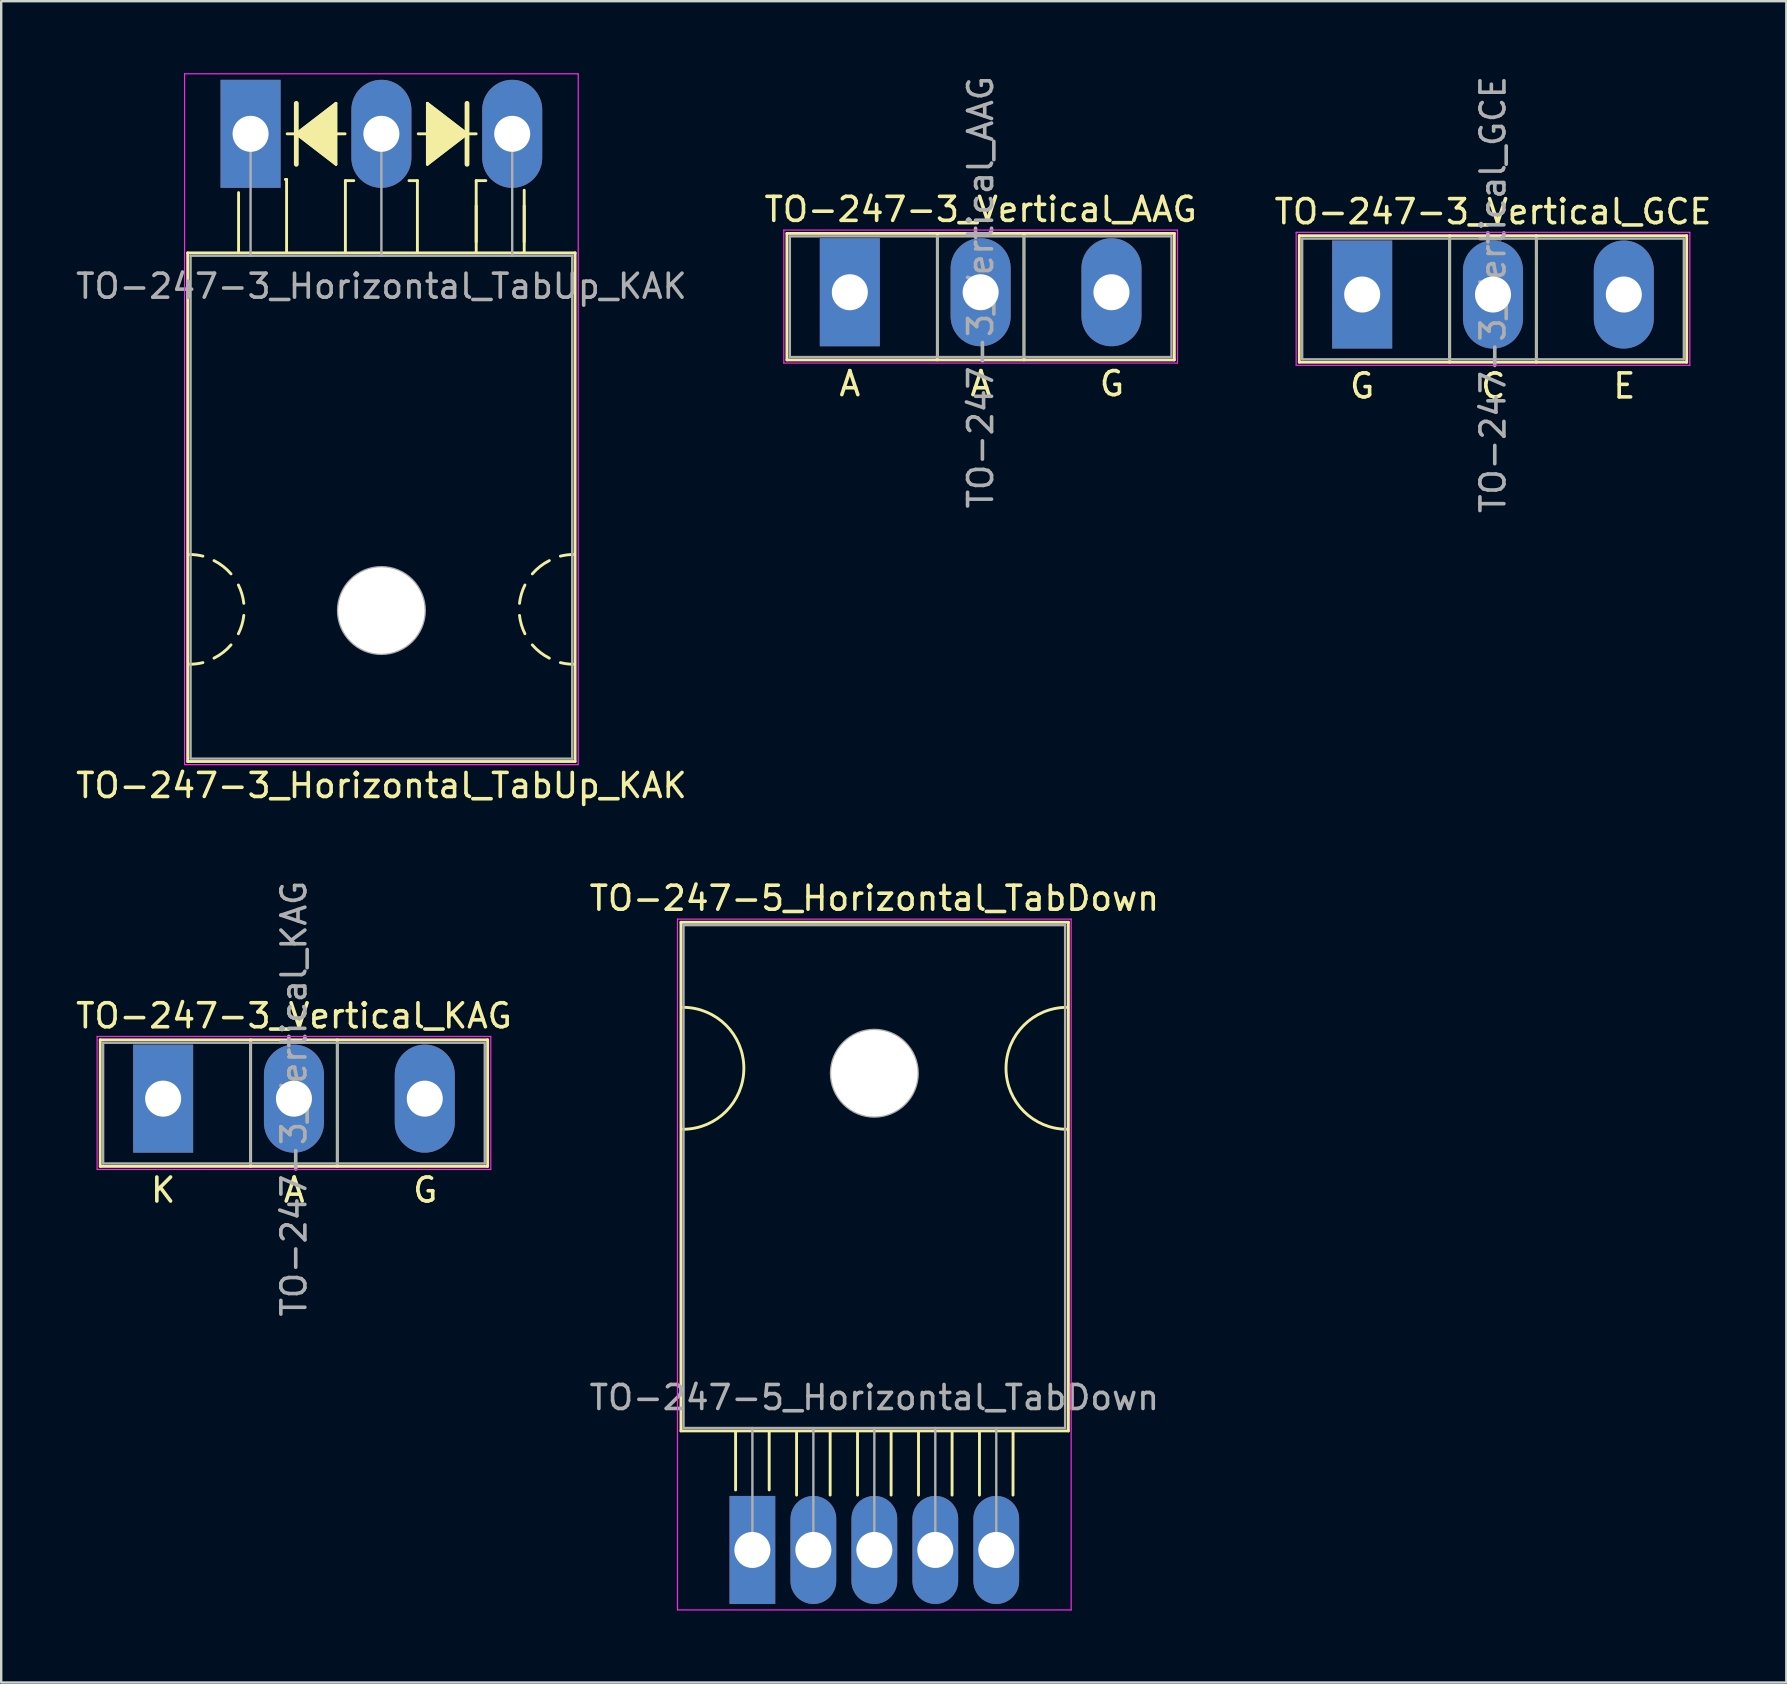
<source format=kicad_pcb>
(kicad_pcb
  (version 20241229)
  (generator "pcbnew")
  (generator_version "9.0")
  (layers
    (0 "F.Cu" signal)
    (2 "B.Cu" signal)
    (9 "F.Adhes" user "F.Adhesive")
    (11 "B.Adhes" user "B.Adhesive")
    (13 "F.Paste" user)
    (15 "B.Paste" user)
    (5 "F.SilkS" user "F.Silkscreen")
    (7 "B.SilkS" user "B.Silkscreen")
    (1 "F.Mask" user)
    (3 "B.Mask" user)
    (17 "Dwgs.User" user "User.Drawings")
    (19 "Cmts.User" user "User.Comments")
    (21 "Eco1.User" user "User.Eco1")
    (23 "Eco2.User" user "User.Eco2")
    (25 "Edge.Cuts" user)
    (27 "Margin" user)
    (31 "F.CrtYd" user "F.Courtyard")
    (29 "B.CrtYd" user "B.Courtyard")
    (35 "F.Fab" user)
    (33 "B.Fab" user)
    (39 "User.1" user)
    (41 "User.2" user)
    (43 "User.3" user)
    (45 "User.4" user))
  (footprint "TO-247-5_Horizontal_TabDown"
    (layer "F.Cu")
    (at 28.295 61.522)
    (property "Reference" "TO-247-5_Horizontal_TabDown" (at 5.08 -27.15 0) (layer "F.SilkS") (effects (font (size 1 1) (thickness 0.15))))
    (attr through_hole)
    (fp_line (start -2.976 -26.15) (end -2.976 -4.96) (stroke (width 0.12) (type solid)) (layer "F.SilkS"))
    (fp_line (start -2.976 -26.15) (end 13.164 -26.15) (stroke (width 0.12) (type solid)) (layer "F.SilkS"))
    (fp_line (start -2.976 -4.96) (end 13.164 -4.96) (stroke (width 0.12) (type solid)) (layer "F.SilkS"))
    (fp_line (start -0.7 -4.9) (end -0.7 -2.5) (stroke (width 0.12) (type solid)) (layer "F.SilkS"))
    (fp_line (start 0.7 -2.5) (end 0.7 -4.9) (stroke (width 0.12) (type solid)) (layer "F.SilkS"))
    (fp_line (start 1.84 -4.9) (end 1.84 -2.286) (stroke (width 0.12) (type solid)) (layer "F.SilkS"))
    (fp_line (start 3.24 -2.286) (end 3.24 -4.9) (stroke (width 0.12) (type solid)) (layer "F.SilkS"))
    (fp_line (start 4.38 -4.9) (end 4.38 -2.286) (stroke (width 0.12) (type solid)) (layer "F.SilkS"))
    (fp_line (start 5.779 -2.286) (end 5.78 -4.9) (stroke (width 0.12) (type solid)) (layer "F.SilkS"))
    (fp_line (start 6.92 -4.9) (end 6.92 -2.286) (stroke (width 0.12) (type solid)) (layer "F.SilkS"))
    (fp_line (start 8.319 -2.286) (end 8.32 -4.9) (stroke (width 0.12) (type solid)) (layer "F.SilkS"))
    (fp_line (start 9.46 -4.9) (end 9.46 -2.286) (stroke (width 0.12) (type solid)) (layer "F.SilkS"))
    (fp_line (start 10.858 -2.286) (end 10.86 -4.9) (stroke (width 0.12) (type solid)) (layer "F.SilkS"))
    (fp_line (start 13.164 -26.15) (end 13.164 -4.96) (stroke (width 0.12) (type solid)) (layer "F.SilkS"))
    (fp_arc (start -2.8956 -22.606) (mid -0.3556 -20.066) (end -2.8956 -17.526) (stroke (width 0.12) (type solid)) (layer "F.SilkS"))
    (fp_arc (start 13.1064 -17.526) (mid 10.5664 -20.066) (end 13.1064 -22.606) (stroke (width 0.12) (type solid)) (layer "F.SilkS"))
    (fp_line (start -3.12 -26.28) (end -3.12 2.5) (stroke (width 0.05) (type solid)) (layer "F.CrtYd"))
    (fp_line (start -3.12 2.5) (end 13.28 2.5) (stroke (width 0.05) (type solid)) (layer "F.CrtYd"))
    (fp_line (start 13.28 -26.28) (end -3.12 -26.28) (stroke (width 0.05) (type solid)) (layer "F.CrtYd"))
    (fp_line (start 13.28 2.5) (end 13.28 -26.28) (stroke (width 0.05) (type solid)) (layer "F.CrtYd"))
    (fp_line (start -2.87 -26.03) (end 13.03 -26.03) (stroke (width 0.1) (type solid)) (layer "F.Fab"))
    (fp_line (start -2.87 -5.08) (end -2.87 -26.03) (stroke (width 0.1) (type solid)) (layer "F.Fab"))
    (fp_line (start 0 -5.08) (end 0 0) (stroke (width 0.1) (type solid)) (layer "F.Fab"))
    (fp_line (start 2.54 -5.08) (end 2.54 0) (stroke (width 0.1) (type solid)) (layer "F.Fab"))
    (fp_line (start 5.08 -5.08) (end 5.08 0) (stroke (width 0.1) (type solid)) (layer "F.Fab"))
    (fp_line (start 7.62 -5.08) (end 7.62 0) (stroke (width 0.1) (type solid)) (layer "F.Fab"))
    (fp_line (start 10.16 -5.08) (end 10.16 0) (stroke (width 0.1) (type solid)) (layer "F.Fab"))
    (fp_line (start 13.03 -26.03) (end 13.03 -5.08) (stroke (width 0.1) (type solid)) (layer "F.Fab"))
    (fp_line (start 13.03 -5.08) (end -2.87 -5.08) (stroke (width 0.1) (type solid)) (layer "F.Fab"))
    (fp_circle (center 5.08 -19.86) (end 6.885 -19.86) (stroke (width 0.1) (type solid)) (fill no) (layer "F.Fab"))
    (fp_text user "${REFERENCE}" (at 5.08 -6.35 0) (layer "F.Fab") (effects (font (size 1 1) (thickness 0.15))))
    (pad "" np_thru_hole oval (at 5.08 -19.86) (size 3.6 3.6) (drill 3.6) (layers "*.Cu" "*.Mask"))
    (pad "1" thru_hole rect (at 0 0) (size 1.905 4.5) (drill 1.5) (layers "*.Cu" "*.Mask"))
    (pad "2" thru_hole oval (at 2.54 0) (size 1.905 4.5) (drill 1.5) (layers "*.Cu" "*.Mask"))
    (pad "3" thru_hole oval (at 5.08 0) (size 1.905 4.5) (drill 1.5) (layers "*.Cu" "*.Mask"))
    (pad "4" thru_hole oval (at 7.62 0) (size 1.905 4.5) (drill 1.5) (layers "*.Cu" "*.Mask"))
    (pad "5" thru_hole oval (at 10.16 0) (size 1.905 4.5) (drill 1.5) (layers "*.Cu" "*.Mask")))
  (footprint "TO-247-3_Vertical_AAG"
    (layer "F.Cu")
    (at 32.354 9.125)
    (property "Reference" "TO-247-3_Vertical_AAG" (at 5.45 -3.45 0) (layer "F.SilkS") (effects (font (size 1 1) (thickness 0.15))))
    (fp_line (start -2.62 -2.451) (end -2.62 2.82) (stroke (width 0.12) (type solid)) (layer "F.SilkS"))
    (fp_line (start -2.62 -2.451) (end 13.52 -2.451) (stroke (width 0.12) (type solid)) (layer "F.SilkS"))
    (fp_line (start -2.62 2.82) (end 13.52 2.82) (stroke (width 0.12) (type solid)) (layer "F.SilkS"))
    (fp_line (start 3.646 -2.451) (end 3.646 2.82) (stroke (width 0.12) (type solid)) (layer "F.SilkS"))
    (fp_line (start 7.255 -2.451) (end 7.255 2.82) (stroke (width 0.12) (type solid)) (layer "F.SilkS"))
    (fp_line (start 13.52 -2.451) (end 13.52 2.82) (stroke (width 0.12) (type solid)) (layer "F.SilkS"))
    (fp_line (start -2.75 -2.59) (end -2.75 2.95) (stroke (width 0.05) (type solid)) (layer "F.CrtYd"))
    (fp_line (start -2.75 2.95) (end 13.65 2.95) (stroke (width 0.05) (type solid)) (layer "F.CrtYd"))
    (fp_line (start 13.65 -2.59) (end -2.75 -2.59) (stroke (width 0.05) (type solid)) (layer "F.CrtYd"))
    (fp_line (start 13.65 2.95) (end 13.65 -2.59) (stroke (width 0.05) (type solid)) (layer "F.CrtYd"))
    (fp_line (start -2.5 -2.33) (end -2.5 2.7) (stroke (width 0.1) (type solid)) (layer "F.Fab"))
    (fp_line (start -2.5 2.7) (end 13.4 2.7) (stroke (width 0.1) (type solid)) (layer "F.Fab"))
    (fp_line (start 3.645 -2.33) (end 3.645 2.7) (stroke (width 0.1) (type solid)) (layer "F.Fab"))
    (fp_line (start 7.255 -2.33) (end 7.255 2.7) (stroke (width 0.1) (type solid)) (layer "F.Fab"))
    (fp_line (start 13.4 -2.33) (end -2.5 -2.33) (stroke (width 0.1) (type solid)) (layer "F.Fab"))
    (fp_line (start 13.4 2.7) (end 13.4 -2.33) (stroke (width 0.1) (type solid)) (layer "F.Fab"))
    (fp_text user "A" (at 5.461 3.81 0) (unlocked yes) (layer "F.SilkS") (effects (font (size 1 1) (thickness 0.15))))
    (fp_text user "A" (at 0 3.81 0) (unlocked yes) (layer "F.SilkS") (effects (font (size 1 1) (thickness 0.15))))
    (fp_text user "G" (at 10.922 3.81 0) (unlocked yes) (layer "F.SilkS") (effects (font (size 1 1) (thickness 0.15))))
    (fp_text user "${REFERENCE}" (at 5.45 0 90) (layer "F.Fab") (effects (font (size 1 1) (thickness 0.15))))
    (pad "1" thru_hole rect (at 0 0) (size 2.5 4.5) (drill 1.5) (layers "*.Cu" "*.Mask"))
    (pad "2" thru_hole oval (at 5.45 0) (size 2.5 4.5) (drill 1.5) (layers "*.Cu" "*.Mask"))
    (pad "3" thru_hole oval (at 10.9 0) (size 2.5 4.5) (drill 1.5) (layers "*.Cu" "*.Mask")))
  (footprint "TO-247-3_Vertical_KAG"
    (layer "F.Cu")
    (at 3.746 42.72)
    (property "Reference" "TO-247-3_Vertical_KAG" (at 5.45 -3.45 0) (layer "F.SilkS") (effects (font (size 1 1) (thickness 0.15))))
    (fp_line (start -2.62 -2.451) (end -2.62 2.82) (stroke (width 0.12) (type solid)) (layer "F.SilkS"))
    (fp_line (start -2.62 -2.451) (end 13.52 -2.451) (stroke (width 0.12) (type solid)) (layer "F.SilkS"))
    (fp_line (start -2.62 2.82) (end 13.52 2.82) (stroke (width 0.12) (type solid)) (layer "F.SilkS"))
    (fp_line (start 3.646 -2.451) (end 3.646 2.82) (stroke (width 0.12) (type solid)) (layer "F.SilkS"))
    (fp_line (start 7.255 -2.451) (end 7.255 2.82) (stroke (width 0.12) (type solid)) (layer "F.SilkS"))
    (fp_line (start 13.52 -2.451) (end 13.52 2.82) (stroke (width 0.12) (type solid)) (layer "F.SilkS"))
    (fp_line (start -2.75 -2.59) (end -2.75 2.95) (stroke (width 0.05) (type solid)) (layer "F.CrtYd"))
    (fp_line (start -2.75 2.95) (end 13.65 2.95) (stroke (width 0.05) (type solid)) (layer "F.CrtYd"))
    (fp_line (start 13.65 -2.59) (end -2.75 -2.59) (stroke (width 0.05) (type solid)) (layer "F.CrtYd"))
    (fp_line (start 13.65 2.95) (end 13.65 -2.59) (stroke (width 0.05) (type solid)) (layer "F.CrtYd"))
    (fp_line (start -2.5 -2.33) (end -2.5 2.7) (stroke (width 0.1) (type solid)) (layer "F.Fab"))
    (fp_line (start -2.5 2.7) (end 13.4 2.7) (stroke (width 0.1) (type solid)) (layer "F.Fab"))
    (fp_line (start 3.645 -2.33) (end 3.645 2.7) (stroke (width 0.1) (type solid)) (layer "F.Fab"))
    (fp_line (start 7.255 -2.33) (end 7.255 2.7) (stroke (width 0.1) (type solid)) (layer "F.Fab"))
    (fp_line (start 13.4 -2.33) (end -2.5 -2.33) (stroke (width 0.1) (type solid)) (layer "F.Fab"))
    (fp_line (start 13.4 2.7) (end 13.4 -2.33) (stroke (width 0.1) (type solid)) (layer "F.Fab"))
    (fp_text user "G" (at 10.922 3.81 0) (unlocked yes) (layer "F.SilkS") (effects (font (size 1 1) (thickness 0.15))))
    (fp_text user "A" (at 5.461 3.81 0) (unlocked yes) (layer "F.SilkS") (effects (font (size 1 1) (thickness 0.15))))
    (fp_text user "K" (at 0 3.81 0) (unlocked yes) (layer "F.SilkS") (effects (font (size 1 1) (thickness 0.15))))
    (fp_text user "${REFERENCE}" (at 5.45 0 90) (layer "F.Fab") (effects (font (size 1 1) (thickness 0.15))))
    (pad "1" thru_hole rect (at 0 0) (size 2.5 4.5) (drill 1.5) (layers "*.Cu" "*.Mask"))
    (pad "2" thru_hole oval (at 5.45 0) (size 2.5 4.5) (drill 1.5) (layers "*.Cu" "*.Mask"))
    (pad "3" thru_hole oval (at 10.9 0) (size 2.5 4.5) (drill 1.5) (layers "*.Cu" "*.Mask")))
  (footprint "TO-247-3_Horizontal_TabUp_KAK"
    (layer "F.Cu")
    (at 7.389 2.525)
    (property "Reference" "TO-247-3_Horizontal_TabUp_KAK" (at 5.45 27.15 0) (layer "F.SilkS") (effects (font (size 1 1) (thickness 0.15))))
    (attr through_hole)
    (fp_line (start -2.62 4.96) (end -2.62 26.15) (stroke (width 0.12) (type solid)) (layer "F.SilkS"))
    (fp_line (start -2.62 4.96) (end 13.52 4.96) (stroke (width 0.12) (type solid)) (layer "F.SilkS"))
    (fp_line (start -2.62 26.15) (end 13.52 26.15) (stroke (width 0.12) (type solid)) (layer "F.SilkS"))
    (fp_line (start -0.5 4.9) (end -0.5 2.45) (stroke (width 0.12) (type solid)) (layer "F.SilkS"))
    (fp_line (start 1.5 1.9) (end 1.45 1.9) (stroke (width 0.12) (type solid)) (layer "F.SilkS"))
    (fp_line (start 1.5 4.9) (end 1.5 1.9) (stroke (width 0.12) (type solid)) (layer "F.SilkS"))
    (fp_line (start 1.524 0) (end 1.905 0) (stroke (width 0.12) (type solid)) (layer "F.SilkS"))
    (fp_line (start 1.905 -1.27) (end 1.905 0) (stroke (width 0.2) (type solid)) (layer "F.SilkS"))
    (fp_line (start 1.905 0) (end 1.905 1.27) (stroke (width 0.2) (type solid)) (layer "F.SilkS"))
    (fp_line (start 1.905 0) (end 3.556 1.27) (stroke (width 0.12) (type solid)) (layer "F.SilkS"))
    (fp_line (start 3.556 -1.27) (end 1.905 0) (stroke (width 0.12) (type solid)) (layer "F.SilkS"))
    (fp_line (start 3.556 1.27) (end 3.556 -1.27) (stroke (width 0.12) (type solid)) (layer "F.SilkS"))
    (fp_line (start 3.937 0) (end 3.556 0) (stroke (width 0.12) (type solid)) (layer "F.SilkS"))
    (fp_line (start 3.95 1.95) (end 4.3 1.95) (stroke (width 0.12) (type solid)) (layer "F.SilkS"))
    (fp_line (start 3.95 4.95) (end 3.95 1.95) (stroke (width 0.12) (type solid)) (layer "F.SilkS"))
    (fp_line (start 6.95 1.95) (end 6.6 1.95) (stroke (width 0.12) (type solid)) (layer "F.SilkS"))
    (fp_line (start 6.95 4.95) (end 6.95 1.95) (stroke (width 0.12) (type solid)) (layer "F.SilkS"))
    (fp_line (start 6.985 0) (end 7.366 0) (stroke (width 0.12) (type solid)) (layer "F.SilkS"))
    (fp_line (start 7.366 -1.27) (end 7.366 1.27) (stroke (width 0.12) (type solid)) (layer "F.SilkS"))
    (fp_line (start 7.366 1.27) (end 9.017 0) (stroke (width 0.12) (type solid)) (layer "F.SilkS"))
    (fp_line (start 9.017 0) (end 7.366 -1.27) (stroke (width 0.12) (type solid)) (layer "F.SilkS"))
    (fp_line (start 9.017 0) (end 9.017 -1.27) (stroke (width 0.2) (type solid)) (layer "F.SilkS"))
    (fp_line (start 9.017 1.27) (end 9.017 0) (stroke (width 0.2) (type solid)) (layer "F.SilkS"))
    (fp_line (start 9.398 0) (end 9.017 0) (stroke (width 0.12) (type solid)) (layer "F.SilkS"))
    (fp_line (start 9.4 1.95) (end 9.8 1.95) (stroke (width 0.12) (type solid)) (layer "F.SilkS"))
    (fp_line (start 9.4 4.5) (end 9.4 3) (stroke (width 0.12) (type solid)) (layer "F.SilkS"))
    (fp_line (start 9.4 4.95) (end 9.4 1.95) (stroke (width 0.12) (type solid)) (layer "F.SilkS"))
    (fp_line (start 11.4 4.5) (end 11.4 3) (stroke (width 0.12) (type solid)) (layer "F.SilkS"))
    (fp_line (start 11.4 4.95) (end 11.4 2.35) (stroke (width 0.12) (type solid)) (layer "F.SilkS"))
    (fp_line (start 13.52 4.96) (end 13.52 26.15) (stroke (width 0.12) (type solid)) (layer "F.SilkS"))
    (fp_arc (start -2.54 17.526) (mid -2.260689 17.543128) (end -1.985564 17.594254) (stroke (width 0.12) (type solid)) (layer "F.SilkS"))
    (fp_arc (start -1.985564 22.029746) (mid -2.260689 22.080872) (end -2.54 22.098) (stroke (width 0.12) (type solid)) (layer "F.SilkS"))
    (fp_arc (start -1.524001 17.780001) (mid -1.14188 18.02132) (end -0.815088 18.333504) (stroke (width 0.12) (type solid)) (layer "F.SilkS"))
    (fp_arc (start -0.815087 21.290497) (mid -1.141879 21.60268) (end -1.524 21.844) (stroke (width 0.12) (type solid)) (layer "F.SilkS"))
    (fp_arc (start -0.508001 18.796001) (mid -0.361178 19.168563) (end -0.282051 19.561117) (stroke (width 0.12) (type solid)) (layer "F.SilkS"))
    (fp_arc (start -0.282051 20.062883) (mid -0.361178 20.455437) (end -0.508001 20.827999) (stroke (width 0.12) (type solid)) (layer "F.SilkS"))
    (fp_arc (start 11.204051 19.561117) (mid 11.283178 19.168563) (end 11.430001 18.796001) (stroke (width 0.12) (type solid)) (layer "F.SilkS"))
    (fp_arc (start 11.430001 20.827999) (mid 11.283178 20.455437) (end 11.204051 20.062883) (stroke (width 0.12) (type solid)) (layer "F.SilkS"))
    (fp_arc (start 11.737087 18.333503) (mid 12.063879 18.02132) (end 12.446 17.78) (stroke (width 0.12) (type solid)) (layer "F.SilkS"))
    (fp_arc (start 12.446001 21.843999) (mid 12.06388 21.60268) (end 11.737088 21.290496) (stroke (width 0.12) (type solid)) (layer "F.SilkS"))
    (fp_arc (start 12.907564 17.594254) (mid 13.182689 17.543128) (end 13.462 17.526) (stroke (width 0.12) (type solid)) (layer "F.SilkS"))
    (fp_arc (start 13.462 22.098) (mid 13.182689 22.080872) (end 12.907564 22.029746) (stroke (width 0.12) (type solid)) (layer "F.SilkS"))
    (fp_poly (pts (xy 3.556 1.27) (xy 1.905 0) (xy 3.556 -1.27)) (stroke (width 0.1) (type solid)) (fill yes) (layer "F.SilkS"))
    (fp_poly (pts (xy 9.017 0) (xy 7.366 1.27) (xy 7.366 -1.27)) (stroke (width 0.1) (type solid)) (fill yes) (layer "F.SilkS"))
    (fp_line (start -2.75 -2.5) (end -2.75 26.28) (stroke (width 0.05) (type solid)) (layer "F.CrtYd"))
    (fp_line (start -2.75 26.28) (end 13.65 26.28) (stroke (width 0.05) (type solid)) (layer "F.CrtYd"))
    (fp_line (start 13.65 -2.5) (end -2.75 -2.5) (stroke (width 0.05) (type solid)) (layer "F.CrtYd"))
    (fp_line (start 13.65 26.28) (end 13.65 -2.5) (stroke (width 0.05) (type solid)) (layer "F.CrtYd"))
    (fp_line (start -2.5 5.08) (end -2.5 26.03) (stroke (width 0.1) (type solid)) (layer "F.Fab"))
    (fp_line (start -2.5 26.03) (end 13.4 26.03) (stroke (width 0.1) (type solid)) (layer "F.Fab"))
    (fp_line (start 0 5.08) (end 0 0) (stroke (width 0.1) (type solid)) (layer "F.Fab"))
    (fp_line (start 5.45 5.08) (end 5.45 0) (stroke (width 0.1) (type solid)) (layer "F.Fab"))
    (fp_line (start 10.9 5.08) (end 10.9 0) (stroke (width 0.1) (type solid)) (layer "F.Fab"))
    (fp_line (start 13.4 5.08) (end -2.5 5.08) (stroke (width 0.1) (type solid)) (layer "F.Fab"))
    (fp_line (start 13.4 26.03) (end 13.4 5.08) (stroke (width 0.1) (type solid)) (layer "F.Fab"))
    (fp_circle (center 5.45 19.86) (end 7.255 19.86) (stroke (width 0.1) (type solid)) (fill no) (layer "F.Fab"))
    (fp_text user "${REFERENCE}" (at 5.45 6.35 0) (layer "F.Fab") (effects (font (size 1 1) (thickness 0.15))))
    (pad "" np_thru_hole oval (at 5.45 19.86) (size 3.6 3.6) (drill 3.6) (layers "*.Cu" "*.Mask"))
    (pad "1" thru_hole rect (at 0 0) (size 2.5 4.5) (drill 1.5) (layers "*.Cu" "*.Mask"))
    (pad "2" thru_hole oval (at 5.45 0) (size 2.5 4.5) (drill 1.5) (layers "*.Cu" "*.Mask"))
    (pad "3" thru_hole oval (at 10.9 0) (size 2.5 4.5) (drill 1.5) (layers "*.Cu" "*.Mask")))
  (footprint "TO-247-3_Vertical_GCE"
    (layer "F.Cu")
    (at 53.699 9.22)
    (property "Reference" "TO-247-3_Vertical_GCE" (at 5.45 -3.45 0) (layer "F.SilkS") (effects (font (size 1 1) (thickness 0.15))))
    (fp_line (start -2.62 -2.451) (end -2.62 2.82) (stroke (width 0.12) (type solid)) (layer "F.SilkS"))
    (fp_line (start -2.62 -2.451) (end 13.52 -2.451) (stroke (width 0.12) (type solid)) (layer "F.SilkS"))
    (fp_line (start -2.62 2.82) (end 13.52 2.82) (stroke (width 0.12) (type solid)) (layer "F.SilkS"))
    (fp_line (start 3.646 -2.451) (end 3.646 2.82) (stroke (width 0.12) (type solid)) (layer "F.SilkS"))
    (fp_line (start 7.255 -2.451) (end 7.255 2.82) (stroke (width 0.12) (type solid)) (layer "F.SilkS"))
    (fp_line (start 13.52 -2.451) (end 13.52 2.82) (stroke (width 0.12) (type solid)) (layer "F.SilkS"))
    (fp_line (start -2.75 -2.59) (end -2.75 2.95) (stroke (width 0.05) (type solid)) (layer "F.CrtYd"))
    (fp_line (start -2.75 2.95) (end 13.65 2.95) (stroke (width 0.05) (type solid)) (layer "F.CrtYd"))
    (fp_line (start 13.65 -2.59) (end -2.75 -2.59) (stroke (width 0.05) (type solid)) (layer "F.CrtYd"))
    (fp_line (start 13.65 2.95) (end 13.65 -2.59) (stroke (width 0.05) (type solid)) (layer "F.CrtYd"))
    (fp_line (start -2.5 -2.33) (end -2.5 2.7) (stroke (width 0.1) (type solid)) (layer "F.Fab"))
    (fp_line (start -2.5 2.7) (end 13.4 2.7) (stroke (width 0.1) (type solid)) (layer "F.Fab"))
    (fp_line (start 3.645 -2.33) (end 3.645 2.7) (stroke (width 0.1) (type solid)) (layer "F.Fab"))
    (fp_line (start 7.255 -2.33) (end 7.255 2.7) (stroke (width 0.1) (type solid)) (layer "F.Fab"))
    (fp_line (start 13.4 -2.33) (end -2.5 -2.33) (stroke (width 0.1) (type solid)) (layer "F.Fab"))
    (fp_line (start 13.4 2.7) (end 13.4 -2.33) (stroke (width 0.1) (type solid)) (layer "F.Fab"))
    (fp_text user "E" (at 10.922 3.81 0) (unlocked yes) (layer "F.SilkS") (effects (font (size 1 1) (thickness 0.15))))
    (fp_text user "C" (at 5.461 3.81 0) (unlocked yes) (layer "F.SilkS") (effects (font (size 1 1) (thickness 0.15))))
    (fp_text user "G" (at 0 3.81 0) (unlocked yes) (layer "F.SilkS") (effects (font (size 1 1) (thickness 0.15))))
    (fp_text user "${REFERENCE}" (at 5.45 0 90) (layer "F.Fab") (effects (font (size 1 1) (thickness 0.15))))
    (pad "1" thru_hole rect (at 0 0) (size 2.5 4.5) (drill 1.5) (layers "*.Cu" "*.Mask"))
    (pad "2" thru_hole oval (at 5.45 0) (size 2.5 4.5) (drill 1.5) (layers "*.Cu" "*.Mask"))
    (pad "3" thru_hole oval (at 10.9 0) (size 2.5 4.5) (drill 1.5) (layers "*.Cu" "*.Mask")))
  (gr_rect
    (start -3 -3)
    (end 71.369 67.046)
    (stroke (width 0.1) (type default))
    (fill no)
    (layer "Edge.Cuts")))
</source>
